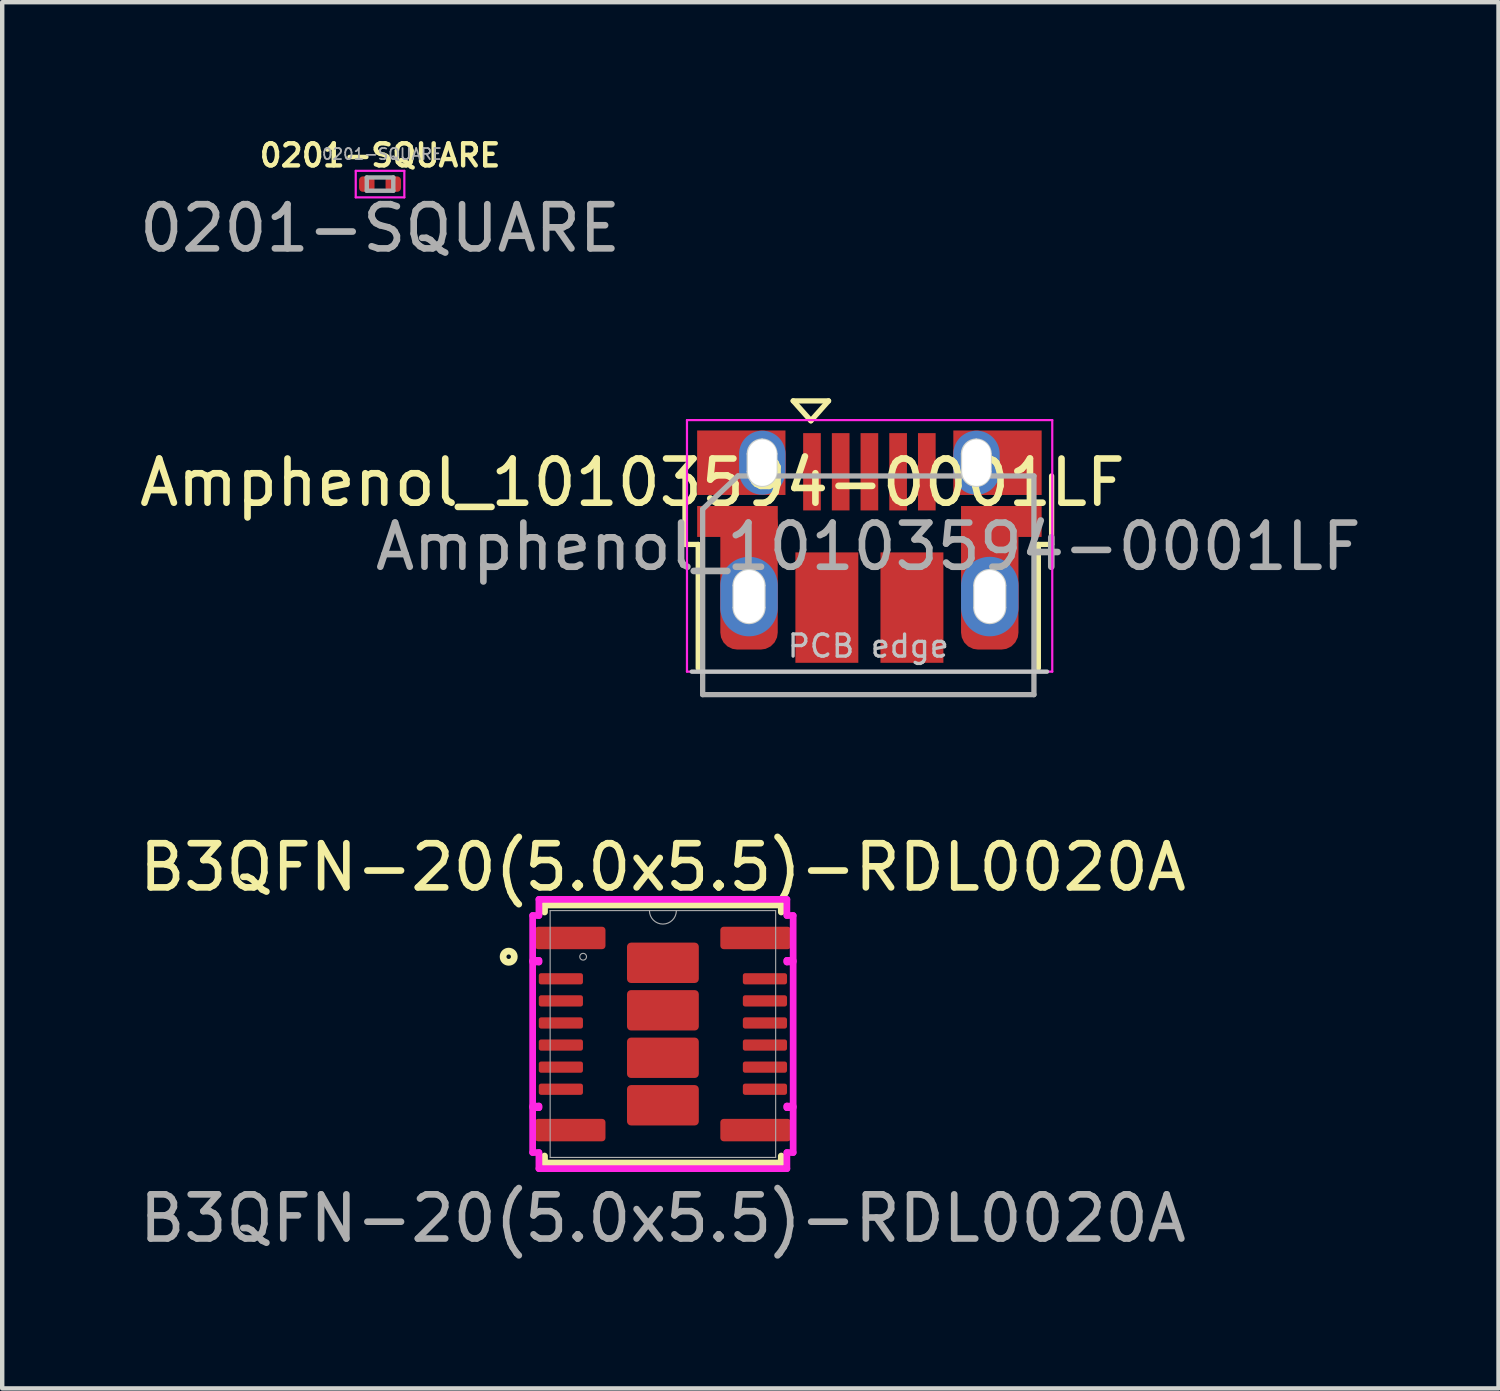
<source format=kicad_pcb>
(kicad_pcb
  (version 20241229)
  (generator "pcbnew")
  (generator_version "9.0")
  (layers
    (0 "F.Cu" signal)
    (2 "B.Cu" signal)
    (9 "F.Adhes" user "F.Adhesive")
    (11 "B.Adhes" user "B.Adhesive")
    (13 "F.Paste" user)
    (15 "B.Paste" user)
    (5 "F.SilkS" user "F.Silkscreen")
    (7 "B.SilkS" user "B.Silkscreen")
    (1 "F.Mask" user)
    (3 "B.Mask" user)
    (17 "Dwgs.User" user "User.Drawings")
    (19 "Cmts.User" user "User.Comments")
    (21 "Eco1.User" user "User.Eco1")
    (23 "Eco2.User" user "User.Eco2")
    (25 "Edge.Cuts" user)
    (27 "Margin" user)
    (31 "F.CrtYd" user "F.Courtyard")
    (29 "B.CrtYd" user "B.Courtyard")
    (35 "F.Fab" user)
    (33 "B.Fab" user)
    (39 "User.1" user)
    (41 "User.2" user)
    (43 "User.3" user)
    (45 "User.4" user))
  (footprint "Amphenol_10103594-0001LF"
    (layer "F.Cu")
    (at 16.633 10.456)
    (property "Reference" "Amphenol_10103594-0001LF" (at -5.365 -2.58 180) (layer "F.SilkS") (effects (font (size 1 1) (thickness 0.15))))
    (attr smd)
    (fp_line (start -4.175 -1.18) (end -4.175 -2.73) (stroke (width 0.12) (type solid)) (layer "F.SilkS"))
    (fp_line (start -4.175 -1.18) (end -3.875 -1.18) (stroke (width 0.12) (type solid)) (layer "F.SilkS"))
    (fp_line (start -3.875 1.62) (end -3.875 -1.18) (stroke (width 0.12) (type solid)) (layer "F.SilkS"))
    (fp_line (start -1.725 -4.43) (end -0.925 -4.43) (stroke (width 0.12) (type solid)) (layer "F.SilkS"))
    (fp_line (start -1.325 -3.98) (end -1.725 -4.43) (stroke (width 0.12) (type solid)) (layer "F.SilkS"))
    (fp_line (start -0.925 -4.43) (end -1.325 -3.98) (stroke (width 0.12) (type solid)) (layer "F.SilkS"))
    (fp_line (start 3.825 -1.18) (end 4.125 -1.18) (stroke (width 0.12) (type solid)) (layer "F.SilkS"))
    (fp_line (start 3.825 1.62) (end 3.825 -1.18) (stroke (width 0.12) (type solid)) (layer "F.SilkS"))
    (fp_line (start 4.125 -1.18) (end 4.125 -2.73) (stroke (width 0.12) (type solid)) (layer "F.SilkS"))
    (fp_line (start -4.02 1.7) (end 4.02 1.7) (stroke (width 0.1) (type solid)) (layer "Dwgs.User"))
    (fp_line (start -3.075 -0.25) (end -3.075 0.25) (stroke (width 0.05) (type default)) (layer "Edge.Cuts"))
    (fp_line (start -2.755 -2.83) (end -2.755 -3.23) (stroke (width 0.05) (type default)) (layer "Edge.Cuts"))
    (fp_line (start -2.375 0.25) (end -2.375 -0.25) (stroke (width 0.05) (type default)) (layer "Edge.Cuts"))
    (fp_line (start -2.105 -3.23) (end -2.105 -2.83) (stroke (width 0.05) (type default)) (layer "Edge.Cuts"))
    (fp_line (start 2.095 -2.83) (end 2.095 -3.23) (stroke (width 0.05) (type default)) (layer "Edge.Cuts"))
    (fp_line (start 2.375 -0.25) (end 2.375 0.25) (stroke (width 0.05) (type default)) (layer "Edge.Cuts"))
    (fp_line (start 2.745 -3.23) (end 2.745 -2.83) (stroke (width 0.05) (type default)) (layer "Edge.Cuts"))
    (fp_line (start 3.075 0.25) (end 3.075 -0.25) (stroke (width 0.05) (type default)) (layer "Edge.Cuts"))
    (fp_arc (start -3.075 -0.25) (mid -2.972487 -0.497487) (end -2.725 -0.6) (stroke (width 0.05) (type default)) (layer "Edge.Cuts"))
    (fp_arc (start -2.755 -3.23) (mid -2.65981 -3.45981) (end -2.43 -3.555) (stroke (width 0.05) (type default)) (layer "Edge.Cuts"))
    (fp_arc (start -2.725 -0.6) (mid -2.477513 -0.497487) (end -2.375 -0.25) (stroke (width 0.05) (type default)) (layer "Edge.Cuts"))
    (fp_arc (start -2.725 0.6) (mid -2.972487 0.497487) (end -3.075 0.25) (stroke (width 0.05) (type default)) (layer "Edge.Cuts"))
    (fp_arc (start -2.43 -3.555) (mid -2.20019 -3.45981) (end -2.105 -3.23) (stroke (width 0.05) (type default)) (layer "Edge.Cuts"))
    (fp_arc (start -2.43 -2.505) (mid -2.65981 -2.60019) (end -2.755 -2.83) (stroke (width 0.05) (type default)) (layer "Edge.Cuts"))
    (fp_arc (start -2.375 0.25) (mid -2.477513 0.497487) (end -2.725 0.6) (stroke (width 0.05) (type default)) (layer "Edge.Cuts"))
    (fp_arc (start -2.105 -2.83) (mid -2.20019 -2.60019) (end -2.43 -2.505) (stroke (width 0.05) (type default)) (layer "Edge.Cuts"))
    (fp_arc (start 2.095 -3.23) (mid 2.19019 -3.45981) (end 2.42 -3.555) (stroke (width 0.05) (type default)) (layer "Edge.Cuts"))
    (fp_arc (start 2.375 -0.25) (mid 2.477513 -0.497487) (end 2.725 -0.6) (stroke (width 0.05) (type default)) (layer "Edge.Cuts"))
    (fp_arc (start 2.42 -3.555) (mid 2.64981 -3.45981) (end 2.745 -3.23) (stroke (width 0.05) (type default)) (layer "Edge.Cuts"))
    (fp_arc (start 2.42 -2.505) (mid 2.19019 -2.60019) (end 2.095 -2.83) (stroke (width 0.05) (type default)) (layer "Edge.Cuts"))
    (fp_arc (start 2.725 -0.6) (mid 2.972487 -0.497487) (end 3.075 -0.25) (stroke (width 0.05) (type default)) (layer "Edge.Cuts"))
    (fp_arc (start 2.725 0.6) (mid 2.477513 0.497487) (end 2.375 0.25) (stroke (width 0.05) (type default)) (layer "Edge.Cuts"))
    (fp_arc (start 2.745 -2.83) (mid 2.64981 -2.60019) (end 2.42 -2.505) (stroke (width 0.05) (type default)) (layer "Edge.Cuts"))
    (fp_arc (start 3.075 0.25) (mid 2.972487 0.497487) (end 2.725 0.6) (stroke (width 0.05) (type default)) (layer "Edge.Cuts"))
    (fp_line (start -4.13 -3.995) (end -4.13 1.7) (stroke (width 0.05) (type solid)) (layer "F.CrtYd"))
    (fp_line (start -4.13 -3.995) (end 4.14 -3.995) (stroke (width 0.05) (type solid)) (layer "F.CrtYd"))
    (fp_line (start 4.14 1.7) (end -4.13 1.7) (stroke (width 0.05) (type solid)) (layer "F.CrtYd"))
    (fp_line (start 4.14 1.7) (end 4.14 -3.995) (stroke (width 0.05) (type solid)) (layer "F.CrtYd"))
    (fp_line (start -3.775 -1.98) (end -2.975 -2.73) (stroke (width 0.12) (type solid)) (layer "F.Fab"))
    (fp_line (start -3.775 2.22) (end -3.775 -1.98) (stroke (width 0.12) (type solid)) (layer "F.Fab"))
    (fp_line (start -2.975 -2.73) (end 3.725 -2.73) (stroke (width 0.12) (type solid)) (layer "F.Fab"))
    (fp_line (start 3.725 -2.73) (end 3.725 2.22) (stroke (width 0.12) (type solid)) (layer "F.Fab"))
    (fp_line (start 3.725 2.22) (end -3.775 2.22) (stroke (width 0.12) (type solid)) (layer "F.Fab"))
    (fp_text user "PCB edge" (at -0.025 1.12 180) (layer "Dwgs.User") (effects (font (size 0.5 0.5) (thickness 0.075))))
    (fp_text user "${REFERENCE}" (at -0.025 -1.13 180) (layer "F.Fab") (effects (font (size 1 1) (thickness 0.15))))
    (pad "1" smd rect (at -1.3 -2.825 90) (size 1.75 0.4) (layers "F.Cu" "F.Mask" "F.Paste"))
    (pad "2" smd rect (at -0.65 -2.825 90) (size 1.75 0.4) (layers "F.Cu" "F.Mask" "F.Paste"))
    (pad "3" smd rect (at 0 -2.825 90) (size 1.75 0.4) (layers "F.Cu" "F.Mask" "F.Paste"))
    (pad "4" smd rect (at 0.65 -2.825 90) (size 1.75 0.4) (layers "F.Cu" "F.Mask" "F.Paste"))
    (pad "5" smd rect (at 1.3 -2.825 90) (size 1.75 0.4) (layers "F.Cu" "F.Mask" "F.Paste"))
    (pad "6" smd rect (at -2.987 -1.7) (size 1.825 0.7) (layers "F.Cu" "F.Mask" "F.Paste"))
    (pad "6" smd rect (at -2.9 -3.03) (size 2 1.46) (layers "F.Cu" "F.Mask" "F.Paste"))
    (pad "6" smd roundrect (at -2.725 -0.425) (size 1.3 3.25) (layers "F.Cu" "F.Mask" "F.Paste") (roundrect_rratio 0.296))
    (pad "6" thru_hole oval (at -2.725 0 90) (size 1.8 1.3) (drill oval 1.2 0.7) (layers "*.Cu" "*.Mask"))
    (pad "6" thru_hole oval (at -2.425 -3.03 90) (size 1.45 1.05) (drill oval 1.05 0.65) (layers "*.Cu" "*.Mask"))
    (pad "6" smd rect (at -0.963 0.25 90) (size 2.5 1.425) (layers "F.Cu" "F.Mask" "F.Paste"))
    (pad "6" smd rect (at 0.963 0.25 90) (size 2.5 1.425) (layers "F.Cu" "F.Mask" "F.Paste"))
    (pad "6" thru_hole oval (at 2.425 -3.03 90) (size 1.45 1.05) (drill oval 1.05 0.65) (layers "*.Cu" "*.Mask"))
    (pad "6" smd roundrect (at 2.725 -0.425) (size 1.3 3.25) (layers "F.Cu" "F.Mask" "F.Paste") (roundrect_rratio 0.296))
    (pad "6" thru_hole oval (at 2.725 0 90) (size 1.8 1.3) (drill oval 1.2 0.7) (layers "*.Cu" "*.Mask"))
    (pad "6" smd rect (at 2.9 -3.03) (size 2 1.46) (layers "F.Cu" "F.Mask" "F.Paste"))
    (pad "6" smd rect (at 2.987 -1.7) (size 1.825 0.7) (layers "F.Cu" "F.Mask" "F.Paste")))
  (footprint "B3QFN-20(5.0x5.5)-RDL0020A"
    (layer "F.Cu")
    (at 11.958 20.36)
    (property "Reference" "B3QFN-20(5.0x5.5)-RDL0020A" (at 0 -3.775 0) (unlocked yes) (layer "F.SilkS") (effects (font (size 1 1) (thickness 0.15))))
    (attr smd)
    (fp_line (start -2.68 -2.921) (end 2.68 -2.921) (stroke (width 0.152) (type solid)) (layer "F.SilkS"))
    (fp_line (start -2.68 -2.762) (end -2.68 -2.921) (stroke (width 0.152) (type solid)) (layer "F.SilkS"))
    (fp_line (start -2.68 2.921) (end -2.68 2.762) (stroke (width 0.152) (type solid)) (layer "F.SilkS"))
    (fp_line (start 2.68 -2.921) (end 2.68 -2.762) (stroke (width 0.152) (type solid)) (layer "F.SilkS"))
    (fp_line (start 2.68 2.762) (end 2.68 2.921) (stroke (width 0.152) (type solid)) (layer "F.SilkS"))
    (fp_line (start 2.68 2.921) (end -2.68 2.921) (stroke (width 0.152) (type solid)) (layer "F.SilkS"))
    (fp_circle (center -3.491 -1.75) (end -3.364 -1.75) (stroke (width 0.152) (type solid)) (fill no) (layer "F.SilkS"))
    (fp_rect (start -0.675 -1.925) (end 0.675 -1.3) (stroke (width 0.1) (type solid)) (fill yes) (layer "F.Paste"))
    (fp_rect (start -0.675 -0.85) (end 0.675 -0.225) (stroke (width 0.1) (type solid)) (fill yes) (layer "F.Paste"))
    (fp_rect (start -0.675 0.225) (end 0.675 0.85) (stroke (width 0.1) (type solid)) (fill yes) (layer "F.Paste"))
    (fp_rect (start -0.675 1.3) (end 0.675 1.925) (stroke (width 0.1) (type solid)) (fill yes) (layer "F.Paste"))
    (fp_line (start -2.949 -2.683) (end -2.949 -1.667) (stroke (width 0.152) (type solid)) (layer "F.CrtYd"))
    (fp_line (start -2.949 -1.667) (end -2.807 -1.667) (stroke (width 0.152) (type solid)) (layer "F.CrtYd"))
    (fp_line (start -2.949 -1.631) (end -2.949 1.631) (stroke (width 0.152) (type solid)) (layer "F.CrtYd"))
    (fp_line (start -2.949 1.631) (end -2.807 1.631) (stroke (width 0.152) (type solid)) (layer "F.CrtYd"))
    (fp_line (start -2.949 1.667) (end -2.949 2.683) (stroke (width 0.152) (type solid)) (layer "F.CrtYd"))
    (fp_line (start -2.949 2.683) (end -2.807 2.683) (stroke (width 0.152) (type solid)) (layer "F.CrtYd"))
    (fp_line (start -2.807 -3.048) (end -2.807 -2.683) (stroke (width 0.152) (type solid)) (layer "F.CrtYd"))
    (fp_line (start -2.807 -2.683) (end -2.949 -2.683) (stroke (width 0.152) (type solid)) (layer "F.CrtYd"))
    (fp_line (start -2.807 -1.667) (end -2.807 -1.631) (stroke (width 0.152) (type solid)) (layer "F.CrtYd"))
    (fp_line (start -2.807 -1.631) (end -2.949 -1.631) (stroke (width 0.152) (type solid)) (layer "F.CrtYd"))
    (fp_line (start -2.807 1.631) (end -2.807 1.667) (stroke (width 0.152) (type solid)) (layer "F.CrtYd"))
    (fp_line (start -2.807 1.667) (end -2.949 1.667) (stroke (width 0.152) (type solid)) (layer "F.CrtYd"))
    (fp_line (start -2.807 2.683) (end -2.807 3.048) (stroke (width 0.152) (type solid)) (layer "F.CrtYd"))
    (fp_line (start -2.807 3.048) (end 2.807 3.048) (stroke (width 0.152) (type solid)) (layer "F.CrtYd"))
    (fp_line (start 2.807 -3.048) (end -2.807 -3.048) (stroke (width 0.152) (type solid)) (layer "F.CrtYd"))
    (fp_line (start 2.807 -2.683) (end 2.807 -3.048) (stroke (width 0.152) (type solid)) (layer "F.CrtYd"))
    (fp_line (start 2.807 -1.667) (end 2.949 -1.667) (stroke (width 0.152) (type solid)) (layer "F.CrtYd"))
    (fp_line (start 2.807 -1.631) (end 2.807 -1.667) (stroke (width 0.152) (type solid)) (layer "F.CrtYd"))
    (fp_line (start 2.807 1.631) (end 2.949 1.631) (stroke (width 0.152) (type solid)) (layer "F.CrtYd"))
    (fp_line (start 2.807 1.667) (end 2.807 1.631) (stroke (width 0.152) (type solid)) (layer "F.CrtYd"))
    (fp_line (start 2.807 2.683) (end 2.949 2.683) (stroke (width 0.152) (type solid)) (layer "F.CrtYd"))
    (fp_line (start 2.807 3.048) (end 2.807 2.683) (stroke (width 0.152) (type solid)) (layer "F.CrtYd"))
    (fp_line (start 2.949 -2.683) (end 2.807 -2.683) (stroke (width 0.152) (type solid)) (layer "F.CrtYd"))
    (fp_line (start 2.949 -1.667) (end 2.949 -2.683) (stroke (width 0.152) (type solid)) (layer "F.CrtYd"))
    (fp_line (start 2.949 -1.631) (end 2.807 -1.631) (stroke (width 0.152) (type solid)) (layer "F.CrtYd"))
    (fp_line (start 2.949 1.631) (end 2.949 -1.631) (stroke (width 0.152) (type solid)) (layer "F.CrtYd"))
    (fp_line (start 2.949 1.667) (end 2.807 1.667) (stroke (width 0.152) (type solid)) (layer "F.CrtYd"))
    (fp_line (start 2.949 2.683) (end 2.949 1.667) (stroke (width 0.152) (type solid)) (layer "F.CrtYd"))
    (fp_line (start -2.553 -2.794) (end -2.553 2.794) (stroke (width 0.025) (type solid)) (layer "F.Fab"))
    (fp_line (start -2.553 2.794) (end 2.553 2.794) (stroke (width 0.025) (type solid)) (layer "F.Fab"))
    (fp_line (start 2.553 -2.794) (end -2.553 -2.794) (stroke (width 0.025) (type solid)) (layer "F.Fab"))
    (fp_line (start 2.553 2.794) (end 2.553 -2.794) (stroke (width 0.025) (type solid)) (layer "F.Fab"))
    (fp_arc (start 0.3048 -2.794) (mid 0 -2.4892) (end -0.3048 -2.794) (stroke (width 0.0254) (type solid)) (layer "F.Fab"))
    (fp_circle (center -1.806 -1.75) (end -1.729 -1.75) (stroke (width 0.025) (type solid)) (fill no) (layer "F.Fab"))
    (fp_text user "${REFERENCE}" (at 0 4.175 0) (unlocked yes) (layer "F.Fab") (effects (font (size 1 1) (thickness 0.15))))
    (pad "1" smd roundrect (at -2.1 -2.175) (size 1.6 0.508) (layers "F.Cu" "F.Mask" "F.Paste") (roundrect_rratio 0.15))
    (pad "2" smd roundrect (at -2.31 -1.25) (size 1 0.254) (layers "F.Cu" "F.Mask" "F.Paste") (roundrect_rratio 0.2))
    (pad "3" smd roundrect (at -2.31 -0.75) (size 1 0.254) (layers "F.Cu" "F.Mask" "F.Paste") (roundrect_rratio 0.2))
    (pad "4" smd roundrect (at -2.31 -0.25) (size 1 0.254) (layers "F.Cu" "F.Mask" "F.Paste") (roundrect_rratio 0.2))
    (pad "5" smd roundrect (at -2.31 0.25) (size 1 0.254) (layers "F.Cu" "F.Mask" "F.Paste") (roundrect_rratio 0.2))
    (pad "6" smd roundrect (at -2.31 0.75) (size 1 0.254) (layers "F.Cu" "F.Mask" "F.Paste") (roundrect_rratio 0.2))
    (pad "7" smd roundrect (at -2.31 1.25) (size 1 0.254) (layers "F.Cu" "F.Mask" "F.Paste") (roundrect_rratio 0.2))
    (pad "8" smd roundrect (at -2.1 2.175) (size 1.6 0.508) (layers "F.Cu" "F.Mask" "F.Paste") (roundrect_rratio 0.15))
    (pad "9" smd roundrect (at 2.1 2.175) (size 1.6 0.508) (layers "F.Cu" "F.Mask" "F.Paste") (roundrect_rratio 0.15))
    (pad "10" smd roundrect (at 2.31 1.25) (size 1 0.254) (layers "F.Cu" "F.Mask" "F.Paste") (roundrect_rratio 0.2))
    (pad "11" smd roundrect (at 2.31 0.75) (size 1 0.254) (layers "F.Cu" "F.Mask" "F.Paste") (roundrect_rratio 0.2))
    (pad "12" smd roundrect (at 2.31 0.25) (size 1 0.254) (layers "F.Cu" "F.Mask" "F.Paste") (roundrect_rratio 0.2))
    (pad "13" smd roundrect (at 2.31 -0.25) (size 1 0.254) (layers "F.Cu" "F.Mask" "F.Paste") (roundrect_rratio 0.2))
    (pad "14" smd roundrect (at 2.31 -0.75) (size 1 0.254) (layers "F.Cu" "F.Mask" "F.Paste") (roundrect_rratio 0.2))
    (pad "15" smd roundrect (at 2.31 -1.25) (size 1 0.254) (layers "F.Cu" "F.Mask" "F.Paste") (roundrect_rratio 0.2))
    (pad "16" smd roundrect (at 2.1 -2.175) (size 1.6 0.508) (layers "F.Cu" "F.Mask" "F.Paste") (roundrect_rratio 0.15))
    (pad "17" smd roundrect (at 0 1.613) (size 1.626 0.914) (layers "F.Cu" "F.Mask") (roundrect_rratio 0.1))
    (pad "18" smd roundrect (at 0 0.538) (size 1.626 0.914) (layers "F.Cu" "F.Mask") (roundrect_rratio 0.1))
    (pad "19" smd roundrect (at 0 -0.537) (size 1.626 0.914) (layers "F.Cu" "F.Mask") (roundrect_rratio 0.1))
    (pad "20" smd roundrect (at 0 -1.612) (size 1.626 0.914) (layers "F.Cu" "F.Mask") (roundrect_rratio 0.1)))
  (footprint "0201-SQUARE"
    (layer "F.Cu")
    (at 5.554 1.118)
    (property "Reference" "0201-SQUARE" (at 0 -0.65 0) (unlocked yes) (layer "F.SilkS") (effects (font (size 0.5 0.5) (thickness 0.1))))
    (attr smd)
    (fp_line (start -0.55 -0.3) (end 0.55 -0.3) (stroke (width 0.05) (type default)) (layer "F.CrtYd"))
    (fp_line (start -0.55 0.3) (end -0.55 -0.3) (stroke (width 0.05) (type default)) (layer "F.CrtYd"))
    (fp_line (start 0.55 -0.3) (end 0.55 0.3) (stroke (width 0.05) (type default)) (layer "F.CrtYd"))
    (fp_line (start 0.55 0.3) (end -0.55 0.3) (stroke (width 0.05) (type default)) (layer "F.CrtYd"))
    (fp_line (start -0.3 -0.15) (end 0.3 -0.15) (stroke (width 0.1) (type solid)) (layer "F.Fab"))
    (fp_line (start -0.3 0.15) (end -0.3 -0.15) (stroke (width 0.1) (type solid)) (layer "F.Fab"))
    (fp_line (start 0.3 -0.15) (end 0.3 0.15) (stroke (width 0.1) (type solid)) (layer "F.Fab"))
    (fp_line (start 0.3 0.15) (end -0.3 0.15) (stroke (width 0.1) (type solid)) (layer "F.Fab"))
    (fp_text user "${REFERENCE}" (at 0 1 0) (unlocked yes) (layer "F.Fab") (effects (font (size 1 1) (thickness 0.15))))
    (fp_text user "${REFERENCE}" (at 0.045 -0.68 0) (layer "F.Fab") (effects (font (size 0.25 0.25) (thickness 0.04))))
    (pad "1" smd roundrect (at -0.3 0) (size 0.35 0.35) (layers "F.Cu" "F.Mask" "F.Paste") (roundrect_rratio 0.25))
    (pad "2" smd roundrect (at 0.3 0) (size 0.35 0.35) (layers "F.Cu" "F.Mask" "F.Paste") (roundrect_rratio 0.25)))
  (gr_rect
    (start -3 -3)
    (end 30.876 28.383)
    (stroke (width 0.1) (type default))
    (fill no)
    (layer "Edge.Cuts")))
</source>
